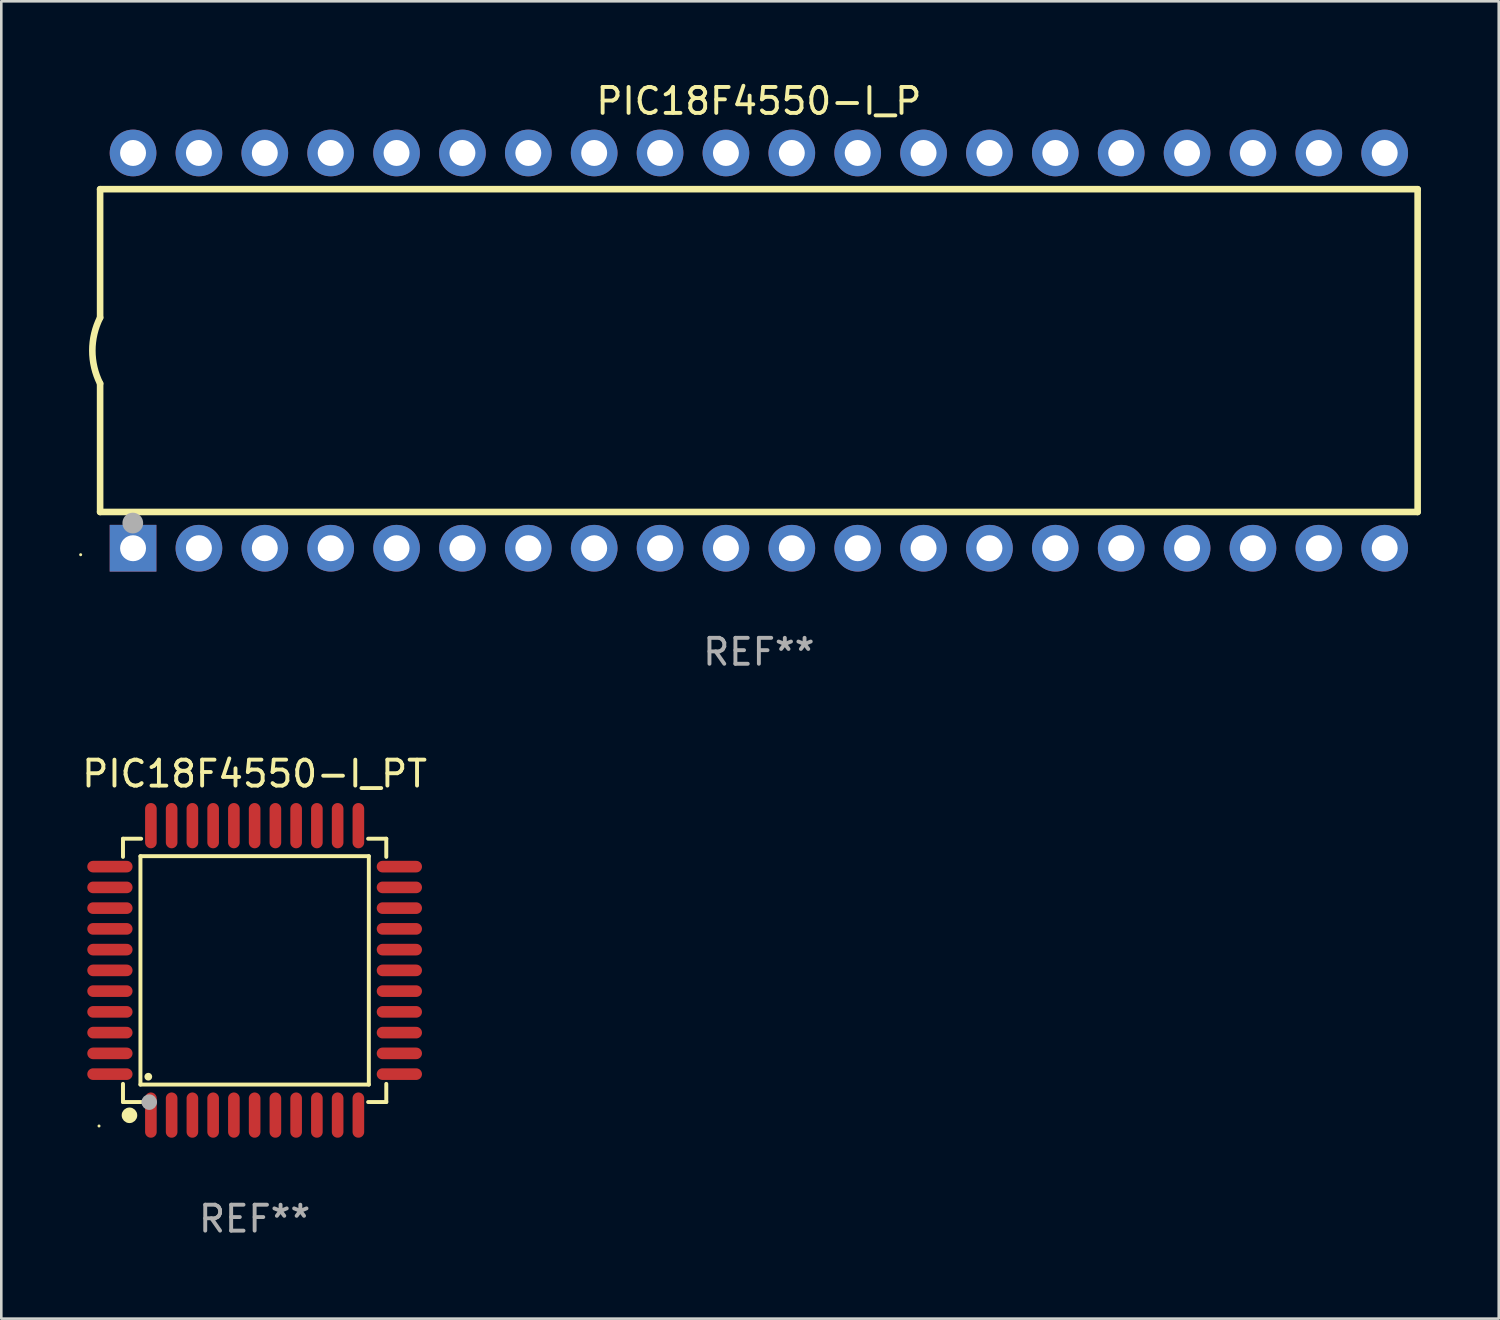
<source format=kicad_pcb>
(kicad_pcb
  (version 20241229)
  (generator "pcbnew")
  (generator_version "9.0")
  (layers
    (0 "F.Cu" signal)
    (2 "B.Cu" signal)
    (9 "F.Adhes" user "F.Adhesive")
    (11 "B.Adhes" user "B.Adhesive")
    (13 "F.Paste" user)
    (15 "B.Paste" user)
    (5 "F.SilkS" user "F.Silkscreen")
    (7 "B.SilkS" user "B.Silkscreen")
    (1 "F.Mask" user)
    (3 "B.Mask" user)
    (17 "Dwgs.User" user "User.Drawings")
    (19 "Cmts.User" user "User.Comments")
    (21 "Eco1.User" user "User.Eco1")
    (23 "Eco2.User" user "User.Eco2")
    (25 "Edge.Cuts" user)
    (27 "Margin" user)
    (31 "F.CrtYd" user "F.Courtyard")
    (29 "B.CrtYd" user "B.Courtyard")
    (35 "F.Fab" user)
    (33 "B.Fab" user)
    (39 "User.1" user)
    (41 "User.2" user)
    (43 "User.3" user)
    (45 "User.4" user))
  (footprint "PIC18F4550-I_P"
    (layer "F.Cu")
    (at 26.21 10.468)
    (property "Reference" "PIC18F4550-I_P" (at 0 -9.62 0) (layer "F.SilkS") (effects (font (size 1 1) (thickness 0.15))))
    (attr through_hole)
    (fp_line (start -25.4 -6.224) (end -25.4 -1.271) (stroke (width 0.254) (type solid)) (layer "F.SilkS"))
    (fp_line (start -25.4 -6.224) (end 25.4 -6.224) (stroke (width 0.254) (type solid)) (layer "F.SilkS"))
    (fp_line (start -25.4 1.269) (end -25.4 6.222) (stroke (width 0.254) (type solid)) (layer "F.SilkS"))
    (fp_line (start -25.4 6.222) (end 25.4 6.222) (stroke (width 0.254) (type solid)) (layer "F.SilkS"))
    (fp_line (start 25.4 6.222) (end 25.4 -6.224) (stroke (width 0.254) (type solid)) (layer "F.SilkS"))
    (fp_arc (start -25.4 1.269241) (mid -25.699807 -0.000762) (end -25.4 -1.270765) (stroke (width 0.254001) (type solid)) (layer "F.SilkS"))
    (fp_circle (center -26.15 7.87) (end -26.12 7.87) (stroke (width 0.06) (type solid)) (fill no) (layer "F.SilkS"))
    (fp_circle (center -24.14 6.65) (end -23.94 6.65) (stroke (width 0.4) (type solid)) (fill no) (layer "F.Fab"))
    (fp_text user "REF**" (at 0 11.62 0) (layer "F.Fab") (effects (font (size 1 1) (thickness 0.15))))
    (pad "1" thru_hole rect (at -24.13 7.62 90) (size 1.8 1.8) (drill 1) (layers "*.Cu" "*.Mask"))
    (pad "2" thru_hole circle (at -21.59 7.62) (size 1.8 1.8) (drill 1) (layers "*.Cu" "*.Mask"))
    (pad "3" thru_hole circle (at -19.05 7.62) (size 1.8 1.8) (drill 1) (layers "*.Cu" "*.Mask"))
    (pad "4" thru_hole circle (at -16.51 7.62) (size 1.8 1.8) (drill 1) (layers "*.Cu" "*.Mask"))
    (pad "5" thru_hole circle (at -13.97 7.62) (size 1.8 1.8) (drill 1) (layers "*.Cu" "*.Mask"))
    (pad "6" thru_hole circle (at -11.43 7.62) (size 1.8 1.8) (drill 1) (layers "*.Cu" "*.Mask"))
    (pad "7" thru_hole circle (at -8.89 7.62) (size 1.8 1.8) (drill 1) (layers "*.Cu" "*.Mask"))
    (pad "8" thru_hole circle (at -6.35 7.62) (size 1.8 1.8) (drill 1) (layers "*.Cu" "*.Mask"))
    (pad "9" thru_hole circle (at -3.81 7.62) (size 1.8 1.8) (drill 1) (layers "*.Cu" "*.Mask"))
    (pad "10" thru_hole circle (at -1.27 7.62) (size 1.8 1.8) (drill 1) (layers "*.Cu" "*.Mask"))
    (pad "11" thru_hole circle (at 1.27 7.62) (size 1.8 1.8) (drill 1) (layers "*.Cu" "*.Mask"))
    (pad "12" thru_hole circle (at 3.81 7.62) (size 1.8 1.8) (drill 1) (layers "*.Cu" "*.Mask"))
    (pad "13" thru_hole circle (at 6.35 7.62) (size 1.8 1.8) (drill 1) (layers "*.Cu" "*.Mask"))
    (pad "14" thru_hole circle (at 8.89 7.62) (size 1.8 1.8) (drill 1) (layers "*.Cu" "*.Mask"))
    (pad "15" thru_hole circle (at 11.43 7.62) (size 1.8 1.8) (drill 1) (layers "*.Cu" "*.Mask"))
    (pad "16" thru_hole circle (at 13.97 7.62) (size 1.8 1.8) (drill 1) (layers "*.Cu" "*.Mask"))
    (pad "17" thru_hole circle (at 16.51 7.62) (size 1.8 1.8) (drill 1) (layers "*.Cu" "*.Mask"))
    (pad "18" thru_hole circle (at 19.05 7.62) (size 1.8 1.8) (drill 1) (layers "*.Cu" "*.Mask"))
    (pad "19" thru_hole circle (at 21.59 7.62) (size 1.8 1.8) (drill 1) (layers "*.Cu" "*.Mask"))
    (pad "20" thru_hole circle (at 24.13 7.62) (size 1.8 1.8) (drill 1) (layers "*.Cu" "*.Mask"))
    (pad "21" thru_hole circle (at 24.13 -7.62) (size 1.8 1.8) (drill 1) (layers "*.Cu" "*.Mask"))
    (pad "22" thru_hole circle (at 21.59 -7.62) (size 1.8 1.8) (drill 1) (layers "*.Cu" "*.Mask"))
    (pad "23" thru_hole circle (at 19.05 -7.62) (size 1.8 1.8) (drill 1) (layers "*.Cu" "*.Mask"))
    (pad "24" thru_hole circle (at 16.51 -7.62) (size 1.8 1.8) (drill 1) (layers "*.Cu" "*.Mask"))
    (pad "25" thru_hole circle (at 13.97 -7.62) (size 1.8 1.8) (drill 1) (layers "*.Cu" "*.Mask"))
    (pad "26" thru_hole circle (at 11.43 -7.62) (size 1.8 1.8) (drill 1) (layers "*.Cu" "*.Mask"))
    (pad "27" thru_hole circle (at 8.89 -7.62) (size 1.8 1.8) (drill 1) (layers "*.Cu" "*.Mask"))
    (pad "28" thru_hole circle (at 6.35 -7.62) (size 1.8 1.8) (drill 1) (layers "*.Cu" "*.Mask"))
    (pad "29" thru_hole circle (at 3.81 -7.62) (size 1.8 1.8) (drill 1) (layers "*.Cu" "*.Mask"))
    (pad "30" thru_hole circle (at 1.27 -7.62) (size 1.8 1.8) (drill 1) (layers "*.Cu" "*.Mask"))
    (pad "31" thru_hole circle (at -1.27 -7.62) (size 1.8 1.8) (drill 1) (layers "*.Cu" "*.Mask"))
    (pad "32" thru_hole circle (at -3.81 -7.62) (size 1.8 1.8) (drill 1) (layers "*.Cu" "*.Mask"))
    (pad "33" thru_hole circle (at -6.35 -7.62) (size 1.8 1.8) (drill 1) (layers "*.Cu" "*.Mask"))
    (pad "34" thru_hole circle (at -8.89 -7.62) (size 1.8 1.8) (drill 1) (layers "*.Cu" "*.Mask"))
    (pad "35" thru_hole circle (at -11.43 -7.62) (size 1.8 1.8) (drill 1) (layers "*.Cu" "*.Mask"))
    (pad "36" thru_hole circle (at -13.97 -7.62) (size 1.8 1.8) (drill 1) (layers "*.Cu" "*.Mask"))
    (pad "37" thru_hole circle (at -16.51 -7.62) (size 1.8 1.8) (drill 1) (layers "*.Cu" "*.Mask"))
    (pad "38" thru_hole circle (at -19.05 -7.62) (size 1.8 1.8) (drill 1) (layers "*.Cu" "*.Mask"))
    (pad "39" thru_hole circle (at -21.59 -7.62) (size 1.8 1.8) (drill 1) (layers "*.Cu" "*.Mask"))
    (pad "40" thru_hole circle (at -24.13 -7.62) (size 1.8 1.8) (drill 1) (layers "*.Cu" "*.Mask")))
  (footprint "PIC18F4550-I_PT"
    (layer "F.Cu")
    (at 6.768 34.365)
    (property "Reference" "PIC18F4550-I_PT" (at 0 -7.58 0) (layer "F.SilkS") (effects (font (size 1 1) (thickness 0.15))))
    (attr through_hole)
    (fp_line (start -5.076 -5.076) (end -5.076 -4.376) (stroke (width 0.152) (type solid)) (layer "F.SilkS"))
    (fp_line (start -5.076 5.076) (end -5.076 4.376) (stroke (width 0.152) (type solid)) (layer "F.SilkS"))
    (fp_line (start -4.403 -4.403) (end 4.403 -4.403) (stroke (width 0.152) (type solid)) (layer "F.SilkS"))
    (fp_line (start -4.403 4.403) (end -4.403 -4.403) (stroke (width 0.152) (type solid)) (layer "F.SilkS"))
    (fp_line (start -4.376 -5.076) (end -5.076 -5.076) (stroke (width 0.152) (type solid)) (layer "F.SilkS"))
    (fp_line (start -4.376 5.076) (end -5.076 5.076) (stroke (width 0.152) (type solid)) (layer "F.SilkS"))
    (fp_line (start 4.376 -5.076) (end 5.076 -5.076) (stroke (width 0.152) (type solid)) (layer "F.SilkS"))
    (fp_line (start 4.376 5.076) (end 5.076 5.076) (stroke (width 0.152) (type solid)) (layer "F.SilkS"))
    (fp_line (start 4.403 -4.403) (end 4.403 4.403) (stroke (width 0.152) (type solid)) (layer "F.SilkS"))
    (fp_line (start 4.403 4.403) (end -4.403 4.403) (stroke (width 0.152) (type solid)) (layer "F.SilkS"))
    (fp_line (start 5.076 -5.076) (end 5.076 -4.376) (stroke (width 0.152) (type solid)) (layer "F.SilkS"))
    (fp_line (start 5.076 5.076) (end 5.076 4.376) (stroke (width 0.152) (type solid)) (layer "F.SilkS"))
    (fp_circle (center -6 6) (end -5.97 6) (stroke (width 0.06) (type solid)) (fill no) (layer "F.SilkS"))
    (fp_circle (center -4.826 5.588) (end -4.676 5.588) (stroke (width 0.3) (type solid)) (fill no) (layer "F.SilkS"))
    (fp_circle (center -4.1 4.1) (end -4.025 4.1) (stroke (width 0.15) (type solid)) (fill no) (layer "F.SilkS"))
    (fp_circle (center -4.064 5.08) (end -3.914 5.08) (stroke (width 0.3) (type solid)) (fill no) (layer "F.Fab"))
    (fp_text user "REF**" (at 0 9.58 0) (layer "F.Fab") (effects (font (size 1 1) (thickness 0.15))))
    (pad "1" smd oval (at -4 5.58) (size 0.448 1.745) (layers "F.Cu" "F.Mask" "F.Paste"))
    (pad "2" smd oval (at -3.2 5.58) (size 0.448 1.745) (layers "F.Cu" "F.Mask" "F.Paste"))
    (pad "3" smd oval (at -2.4 5.58) (size 0.448 1.745) (layers "F.Cu" "F.Mask" "F.Paste"))
    (pad "4" smd oval (at -1.6 5.58) (size 0.448 1.745) (layers "F.Cu" "F.Mask" "F.Paste"))
    (pad "5" smd oval (at -0.8 5.58) (size 0.448 1.745) (layers "F.Cu" "F.Mask" "F.Paste"))
    (pad "6" smd oval (at 0 5.58) (size 0.448 1.745) (layers "F.Cu" "F.Mask" "F.Paste"))
    (pad "7" smd oval (at 0.8 5.58) (size 0.448 1.745) (layers "F.Cu" "F.Mask" "F.Paste"))
    (pad "8" smd oval (at 1.6 5.58) (size 0.448 1.745) (layers "F.Cu" "F.Mask" "F.Paste"))
    (pad "9" smd oval (at 2.4 5.58) (size 0.448 1.745) (layers "F.Cu" "F.Mask" "F.Paste"))
    (pad "10" smd oval (at 3.2 5.58) (size 0.448 1.745) (layers "F.Cu" "F.Mask" "F.Paste"))
    (pad "11" smd oval (at 4 5.58) (size 0.448 1.745) (layers "F.Cu" "F.Mask" "F.Paste"))
    (pad "12" smd oval (at 5.58 4) (size 1.745 0.448) (layers "F.Cu" "F.Mask" "F.Paste"))
    (pad "13" smd oval (at 5.58 3.2) (size 1.745 0.448) (layers "F.Cu" "F.Mask" "F.Paste"))
    (pad "14" smd oval (at 5.58 2.4) (size 1.745 0.448) (layers "F.Cu" "F.Mask" "F.Paste"))
    (pad "15" smd oval (at 5.58 1.6) (size 1.745 0.448) (layers "F.Cu" "F.Mask" "F.Paste"))
    (pad "16" smd oval (at 5.58 0.8) (size 1.745 0.448) (layers "F.Cu" "F.Mask" "F.Paste"))
    (pad "17" smd oval (at 5.58 0) (size 1.745 0.448) (layers "F.Cu" "F.Mask" "F.Paste"))
    (pad "18" smd oval (at 5.58 -0.8) (size 1.745 0.448) (layers "F.Cu" "F.Mask" "F.Paste"))
    (pad "19" smd oval (at 5.58 -1.6) (size 1.745 0.448) (layers "F.Cu" "F.Mask" "F.Paste"))
    (pad "20" smd oval (at 5.58 -2.4) (size 1.745 0.448) (layers "F.Cu" "F.Mask" "F.Paste"))
    (pad "21" smd oval (at 5.58 -3.2) (size 1.745 0.448) (layers "F.Cu" "F.Mask" "F.Paste"))
    (pad "22" smd oval (at 5.58 -4) (size 1.745 0.448) (layers "F.Cu" "F.Mask" "F.Paste"))
    (pad "23" smd oval (at 4 -5.58) (size 0.448 1.745) (layers "F.Cu" "F.Mask" "F.Paste"))
    (pad "24" smd oval (at 3.2 -5.58) (size 0.448 1.745) (layers "F.Cu" "F.Mask" "F.Paste"))
    (pad "25" smd oval (at 2.4 -5.58) (size 0.448 1.745) (layers "F.Cu" "F.Mask" "F.Paste"))
    (pad "26" smd oval (at 1.6 -5.58) (size 0.448 1.745) (layers "F.Cu" "F.Mask" "F.Paste"))
    (pad "27" smd oval (at 0.8 -5.58) (size 0.448 1.745) (layers "F.Cu" "F.Mask" "F.Paste"))
    (pad "28" smd oval (at 0 -5.58) (size 0.448 1.745) (layers "F.Cu" "F.Mask" "F.Paste"))
    (pad "29" smd oval (at -0.8 -5.58) (size 0.448 1.745) (layers "F.Cu" "F.Mask" "F.Paste"))
    (pad "30" smd oval (at -1.6 -5.58) (size 0.448 1.745) (layers "F.Cu" "F.Mask" "F.Paste"))
    (pad "31" smd oval (at -2.4 -5.58) (size 0.448 1.745) (layers "F.Cu" "F.Mask" "F.Paste"))
    (pad "32" smd oval (at -3.2 -5.58) (size 0.448 1.745) (layers "F.Cu" "F.Mask" "F.Paste"))
    (pad "33" smd oval (at -4 -5.58) (size 0.448 1.745) (layers "F.Cu" "F.Mask" "F.Paste"))
    (pad "34" smd oval (at -5.58 -4) (size 1.745 0.448) (layers "F.Cu" "F.Mask" "F.Paste"))
    (pad "35" smd oval (at -5.58 -3.2) (size 1.745 0.448) (layers "F.Cu" "F.Mask" "F.Paste"))
    (pad "36" smd oval (at -5.58 -2.4) (size 1.745 0.448) (layers "F.Cu" "F.Mask" "F.Paste"))
    (pad "37" smd oval (at -5.58 -1.6) (size 1.745 0.448) (layers "F.Cu" "F.Mask" "F.Paste"))
    (pad "38" smd oval (at -5.58 -0.8) (size 1.745 0.448) (layers "F.Cu" "F.Mask" "F.Paste"))
    (pad "39" smd oval (at -5.58 0) (size 1.745 0.448) (layers "F.Cu" "F.Mask" "F.Paste"))
    (pad "40" smd oval (at -5.58 0.8) (size 1.745 0.448) (layers "F.Cu" "F.Mask" "F.Paste"))
    (pad "41" smd oval (at -5.58 1.6) (size 1.745 0.448) (layers "F.Cu" "F.Mask" "F.Paste"))
    (pad "42" smd oval (at -5.58 2.4) (size 1.745 0.448) (layers "F.Cu" "F.Mask" "F.Paste"))
    (pad "43" smd oval (at -5.58 3.2) (size 1.745 0.448) (layers "F.Cu" "F.Mask" "F.Paste"))
    (pad "44" smd oval (at -5.58 4) (size 1.745 0.448) (layers "F.Cu" "F.Mask" "F.Paste")))
  (gr_rect
    (start -3 -3)
    (end 54.737 47.793)
    (stroke (width 0.1) (type default))
    (fill no)
    (layer "Edge.Cuts")))
</source>
